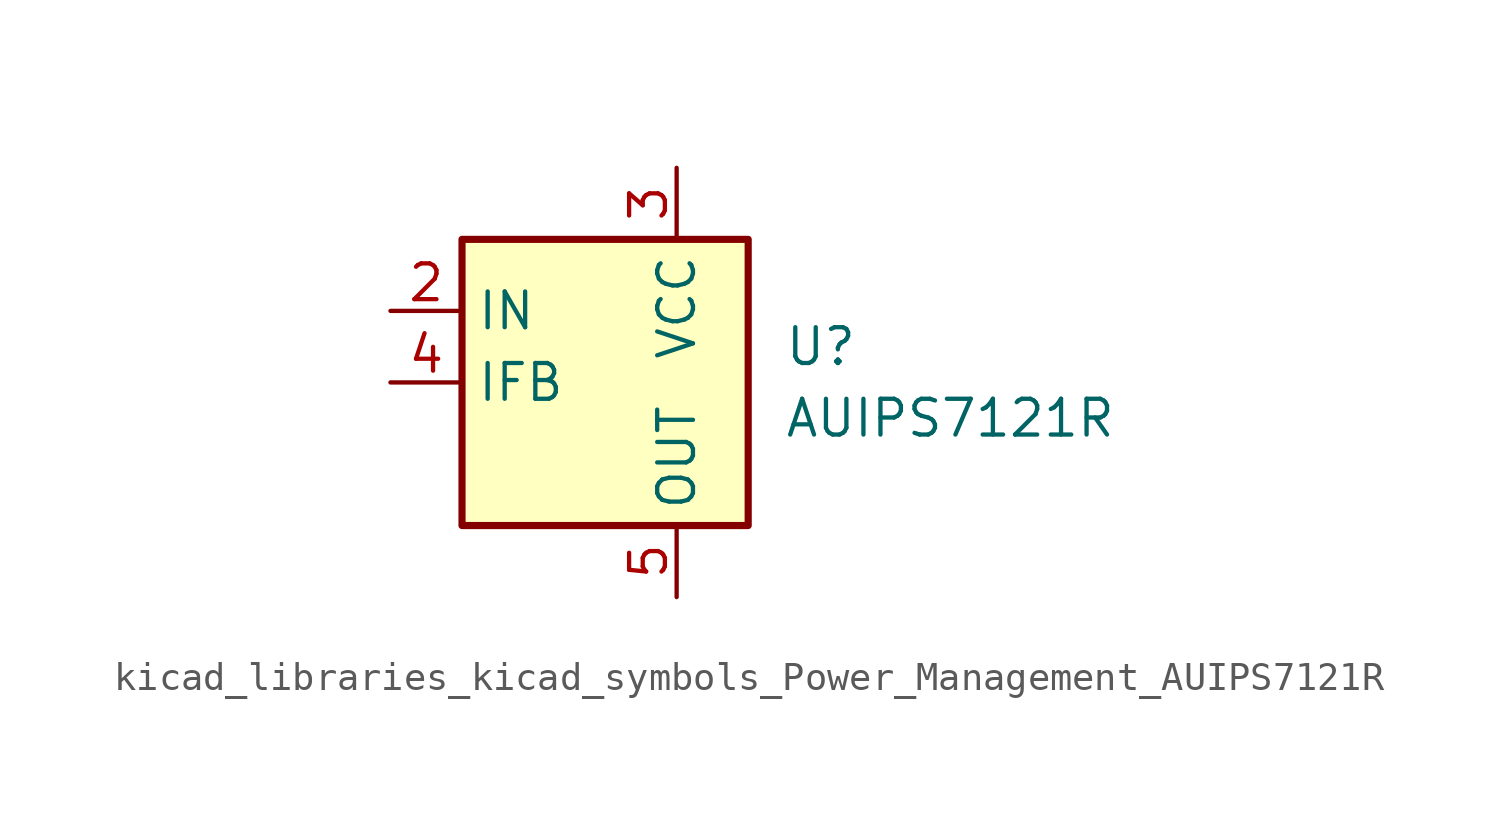
<source format=kicad_sym>
(kicad_symbol_lib
  (version 20220914)
  (generator kicad_symbol_editor)
  (symbol "kicad_libraries_kicad_symbols_Power_Management_AUIPS7121R"
    (property "Reference" "U"
      (at 3.81 1.27 0)
      (effects (font (size 1.27 1.27)) (justify left)))
    (property "Value" "AUIPS7121R"
      (at 3.81 -1.27 0)
      (effects (font (size 1.27 1.27)) (justify left)))
    (symbol "kicad_libraries_kicad_symbols_Power_Management_AUIPS7121R_0_1"
      (rectangle (start -7.62 5.08) (end 2.54 -5.08) (stroke (width 0.254) (type default)) (fill (type background))))
    (symbol "kicad_libraries_kicad_symbols_Power_Management_AUIPS7121R_1_1"
      (pin no_connect line (at -7.62 -2.54 0) (length 2.54) hide (name "NC" (effects (font (size 1.27 1.27)))) (number "1" (effects (font (size 1.27 1.27)))))
      (pin input line (at -10.16 2.54 0) (length 2.54) (name "IN" (effects (font (size 1.27 1.27)))) (number "2" (effects (font (size 1.27 1.27)))))
      (pin power_in line (at 0 7.62 270) (length 2.54) (name "VCC" (effects (font (size 1.27 1.27)))) (number "3" (effects (font (size 1.27 1.27)))))
      (pin output line (at -10.16 0 0) (length 2.54) (name "IFB" (effects (font (size 1.27 1.27)))) (number "4" (effects (font (size 1.27 1.27)))))
      (pin power_out line (at 0 -7.62 90) (length 2.54) (name "OUT" (effects (font (size 1.27 1.27)))) (number "5" (effects (font (size 1.27 1.27))))))))
</source>
